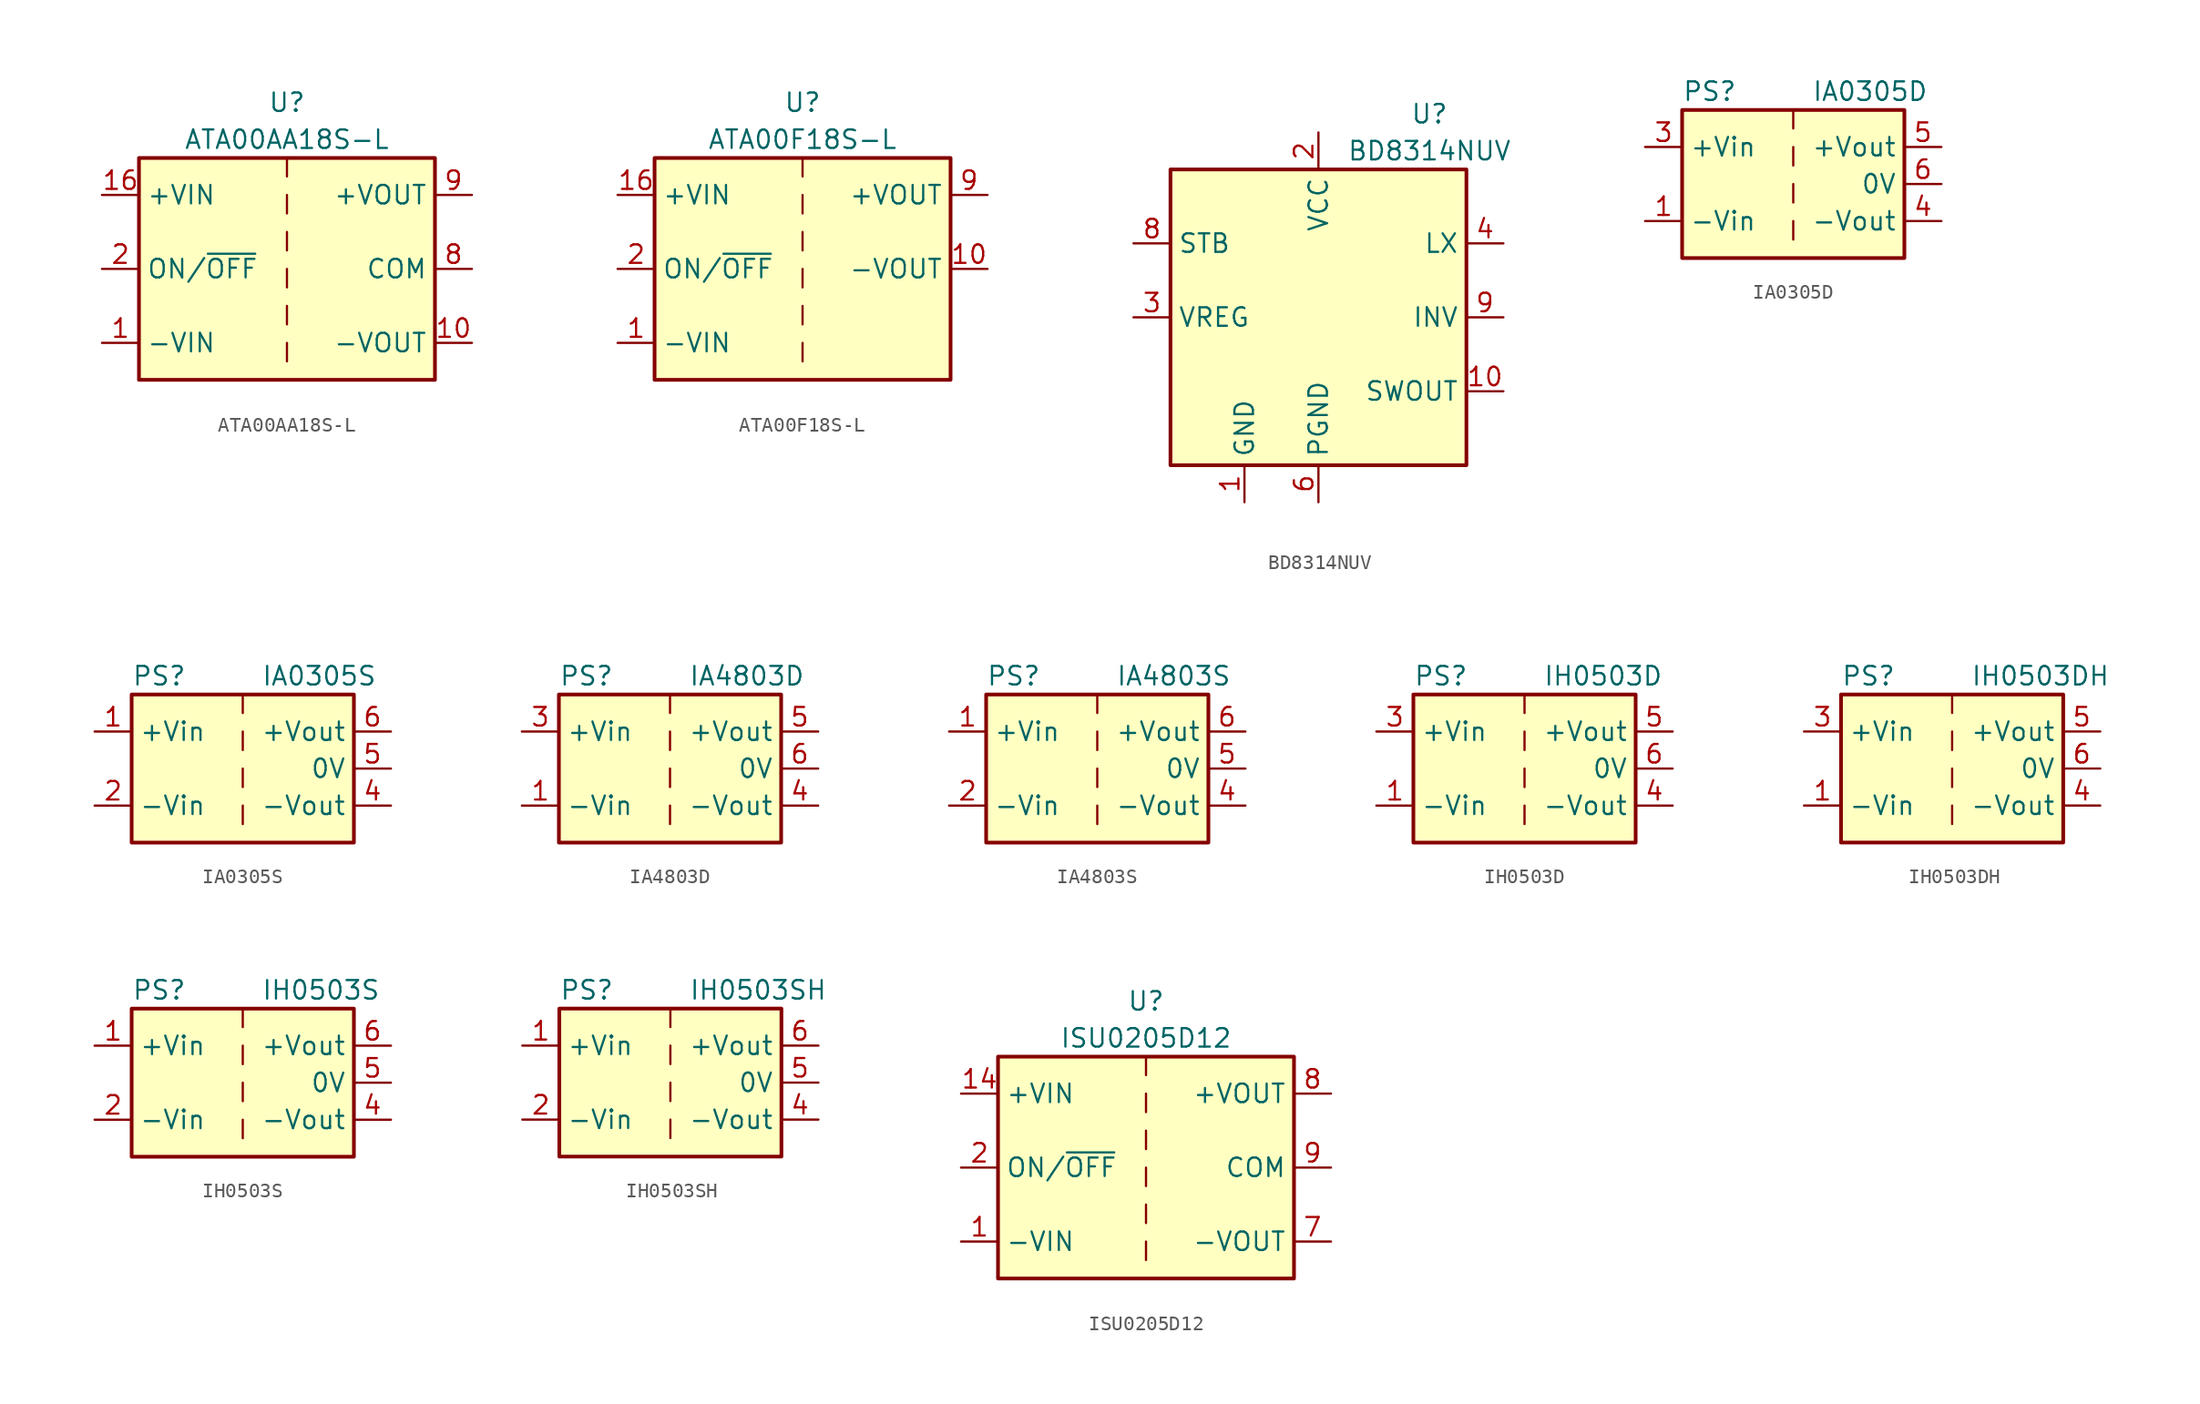
<source format=kicad_sym>
(kicad_symbol_lib
  (version 20201005)
  (generator kicad_symbol_editor)
  (symbol "Converter_DCDC:ATA00AA18S-L"
    (property "Reference" "U"
      (at 0 11.43 0)
      (effects (font (size 1.27 1.27))))
    (property "Value" "ATA00AA18S-L"
      (at 0 8.89 0)
      (effects (font (size 1.27 1.27))))
    (symbol "ATA00AA18S-L_0_1"
      (rectangle (start -10.16 7.62) (end 10.16 -7.62) (stroke (width 0.254)) (fill (type background)))
      (polyline (pts (xy 0 -5.08) (xy 0 -6.35)) (stroke (width 0)) (fill (type none)))
      (polyline (pts (xy 0 -2.54) (xy 0 -3.81)) (stroke (width 0)) (fill (type none)))
      (polyline (pts (xy 0 0) (xy 0 -1.27)) (stroke (width 0)) (fill (type none)))
      (polyline (pts (xy 0 2.54) (xy 0 1.27)) (stroke (width 0)) (fill (type none)))
      (polyline (pts (xy 0 5.08) (xy 0 3.81)) (stroke (width 0)) (fill (type none)))
      (polyline (pts (xy 0 7.62) (xy 0 6.35)) (stroke (width 0)) (fill (type none))))
    (symbol "ATA00AA18S-L_1_1"
      (pin power_in line (at -12.7 -5.08 0) (length 2.54) (name "-VIN" (effects (font (size 1.27 1.27)))) (number "1" (effects (font (size 1.27 1.27)))))
      (pin power_out line (at 12.7 -5.08 180) (length 2.54) (name "-VOUT" (effects (font (size 1.27 1.27)))) (number "10" (effects (font (size 1.27 1.27)))))
      (pin power_in line (at -12.7 5.08 0) (length 2.54) (name "+VIN" (effects (font (size 1.27 1.27)))) (number "16" (effects (font (size 1.27 1.27)))))
      (pin input line (at -12.7 0 0) (length 2.54) (name "ON/~OFF" (effects (font (size 1.27 1.27)))) (number "2" (effects (font (size 1.27 1.27)))))
      (pin no_connect line (at 10.16 2.54 180) (length 2.54) hide (name "NC" (effects (font (size 1.27 1.27)))) (number "7" (effects (font (size 1.27 1.27)))))
      (pin power_out line (at 12.7 0 180) (length 2.54) (name "COM" (effects (font (size 1.27 1.27)))) (number "8" (effects (font (size 1.27 1.27)))))
      (pin power_out line (at 12.7 5.08 180) (length 2.54) (name "+VOUT" (effects (font (size 1.27 1.27)))) (number "9" (effects (font (size 1.27 1.27)))))))
  (symbol "Converter_DCDC:ATA00F18S-L"
    (property "Reference" "U"
      (at 0 11.43 0)
      (effects (font (size 1.27 1.27))))
    (property "Value" "ATA00F18S-L"
      (at 0 8.89 0)
      (effects (font (size 1.27 1.27))))
    (symbol "ATA00F18S-L_0_1"
      (rectangle (start -10.16 7.62) (end 10.16 -7.62) (stroke (width 0.254)) (fill (type background)))
      (polyline (pts (xy 0 -5.08) (xy 0 -6.35)) (stroke (width 0)) (fill (type none)))
      (polyline (pts (xy 0 -2.54) (xy 0 -3.81)) (stroke (width 0)) (fill (type none)))
      (polyline (pts (xy 0 0) (xy 0 -1.27)) (stroke (width 0)) (fill (type none)))
      (polyline (pts (xy 0 2.54) (xy 0 1.27)) (stroke (width 0)) (fill (type none)))
      (polyline (pts (xy 0 5.08) (xy 0 3.81)) (stroke (width 0)) (fill (type none)))
      (polyline (pts (xy 0 7.62) (xy 0 6.35)) (stroke (width 0)) (fill (type none))))
    (symbol "ATA00F18S-L_1_1"
      (pin power_in line (at -12.7 -5.08 0) (length 2.54) (name "-VIN" (effects (font (size 1.27 1.27)))) (number "1" (effects (font (size 1.27 1.27)))))
      (pin power_out line (at 12.7 0 180) (length 2.54) (name "-VOUT" (effects (font (size 1.27 1.27)))) (number "10" (effects (font (size 1.27 1.27)))))
      (pin power_in line (at -12.7 5.08 0) (length 2.54) (name "+VIN" (effects (font (size 1.27 1.27)))) (number "16" (effects (font (size 1.27 1.27)))))
      (pin input line (at -12.7 0 0) (length 2.54) (name "ON/~OFF" (effects (font (size 1.27 1.27)))) (number "2" (effects (font (size 1.27 1.27)))))
      (pin no_connect line (at 10.16 -2.54 180) (length 2.54) hide (name "NC" (effects (font (size 1.27 1.27)))) (number "7" (effects (font (size 1.27 1.27)))))
      (pin no_connect line (at 10.16 -5.08 180) (length 2.54) hide (name "NC" (effects (font (size 1.27 1.27)))) (number "8" (effects (font (size 1.27 1.27)))))
      (pin power_out line (at 12.7 5.08 180) (length 2.54) (name "+VOUT" (effects (font (size 1.27 1.27)))) (number "9" (effects (font (size 1.27 1.27)))))))
  (symbol "Converter_DCDC:BD8314NUV"
    (property "Reference" "U"
      (at 7.62 13.97 0)
      (effects (font (size 1.27 1.27))))
    (property "Value" "BD8314NUV"
      (at 7.62 11.43 0)
      (effects (font (size 1.27 1.27))))
    (symbol "BD8314NUV_0_1"
      (rectangle (start -10.16 10.16) (end 10.16 -10.16) (stroke (width 0.254)) (fill (type background))))
    (symbol "BD8314NUV_1_1"
      (pin power_in line (at -5.08 -12.7 90) (length 2.54) (name "GND" (effects (font (size 1.27 1.27)))) (number "1" (effects (font (size 1.27 1.27)))))
      (pin passive line (at 12.7 -5.08 180) (length 2.54) (name "SWOUT" (effects (font (size 1.27 1.27)))) (number "10" (effects (font (size 1.27 1.27)))))
      (pin passive line (at 0 -12.7 90) (length 2.54) hide (name "PGND" (effects (font (size 1.27 1.27)))) (number "11" (effects (font (size 1.27 1.27)))))
      (pin power_in line (at 0 12.7 270) (length 2.54) (name "VCC" (effects (font (size 1.27 1.27)))) (number "2" (effects (font (size 1.27 1.27)))))
      (pin passive line (at -12.7 0 0) (length 2.54) (name "VREG" (effects (font (size 1.27 1.27)))) (number "3" (effects (font (size 1.27 1.27)))))
      (pin passive line (at 12.7 5.08 180) (length 2.54) (name "LX" (effects (font (size 1.27 1.27)))) (number "4" (effects (font (size 1.27 1.27)))))
      (pin passive line (at 12.7 5.08 180) (length 2.54) hide (name "LX" (effects (font (size 1.27 1.27)))) (number "5" (effects (font (size 1.27 1.27)))))
      (pin power_in line (at 0 -12.7 90) (length 2.54) (name "PGND" (effects (font (size 1.27 1.27)))) (number "6" (effects (font (size 1.27 1.27)))))
      (pin passive line (at 0 -12.7 90) (length 2.54) hide (name "PGND" (effects (font (size 1.27 1.27)))) (number "7" (effects (font (size 1.27 1.27)))))
      (pin input line (at -12.7 5.08 0) (length 2.54) (name "STB" (effects (font (size 1.27 1.27)))) (number "8" (effects (font (size 1.27 1.27)))))
      (pin passive line (at 12.7 0 180) (length 2.54) (name "INV" (effects (font (size 1.27 1.27)))) (number "9" (effects (font (size 1.27 1.27)))))))
  (symbol "Converter_DCDC:IA0305D"
    (property "Reference" "PS"
      (at -7.62 6.35 0)
      (effects (font (size 1.27 1.27)) (justify left)))
    (property "Value" "IA0305D"
      (at 1.27 6.35 0)
      (effects (font (size 1.27 1.27)) (justify left)))
    (symbol "IA0305D_0_0"
      (pin power_in line (at -10.16 -2.54 0) (length 2.54) (name "-Vin" (effects (font (size 1.27 1.27)))) (number "1" (effects (font (size 1.27 1.27)))))
      (pin power_in line (at -10.16 2.54 0) (length 2.54) (name "+Vin" (effects (font (size 1.27 1.27)))) (number "3" (effects (font (size 1.27 1.27)))))
      (pin power_out line (at 10.16 -2.54 180) (length 2.54) (name "-Vout" (effects (font (size 1.27 1.27)))) (number "4" (effects (font (size 1.27 1.27)))))
      (pin power_out line (at 10.16 2.54 180) (length 2.54) (name "+Vout" (effects (font (size 1.27 1.27)))) (number "5" (effects (font (size 1.27 1.27)))))
      (pin power_out line (at 10.16 0 180) (length 2.54) (name "0V" (effects (font (size 1.27 1.27)))) (number "6" (effects (font (size 1.27 1.27))))))
    (symbol "IA0305D_0_1"
      (rectangle (start -7.62 5.08) (end 7.62 -5.08) (stroke (width 0.254)) (fill (type background)))
      (polyline (pts (xy 0 -2.54) (xy 0 -3.81)) (stroke (width 0)) (fill (type none)))
      (polyline (pts (xy 0 0) (xy 0 -1.27)) (stroke (width 0)) (fill (type none)))
      (polyline (pts (xy 0 2.54) (xy 0 1.27)) (stroke (width 0)) (fill (type none)))
      (polyline (pts (xy 0 5.08) (xy 0 3.81)) (stroke (width 0)) (fill (type none))))
    (symbol "IA0305D_1_1"
      (pin no_connect line (at 0 -5.08 90) (length 2.54) hide (name "NC" (effects (font (size 1.27 1.27)))) (number "2" (effects (font (size 1.27 1.27)))))))
  (symbol "Converter_DCDC:IA0305S"
    (property "Reference" "PS"
      (at -7.62 6.35 0)
      (effects (font (size 1.27 1.27)) (justify left)))
    (property "Value" "IA0305S"
      (at 1.27 6.35 0)
      (effects (font (size 1.27 1.27)) (justify left)))
    (symbol "IA0305S_0_0"
      (pin power_in line (at -10.16 2.54 0) (length 2.54) (name "+Vin" (effects (font (size 1.27 1.27)))) (number "1" (effects (font (size 1.27 1.27)))))
      (pin power_in line (at -10.16 -2.54 0) (length 2.54) (name "-Vin" (effects (font (size 1.27 1.27)))) (number "2" (effects (font (size 1.27 1.27)))))
      (pin power_out line (at 10.16 -2.54 180) (length 2.54) (name "-Vout" (effects (font (size 1.27 1.27)))) (number "4" (effects (font (size 1.27 1.27)))))
      (pin power_out line (at 10.16 0 180) (length 2.54) (name "0V" (effects (font (size 1.27 1.27)))) (number "5" (effects (font (size 1.27 1.27)))))
      (pin power_out line (at 10.16 2.54 180) (length 2.54) (name "+Vout" (effects (font (size 1.27 1.27)))) (number "6" (effects (font (size 1.27 1.27))))))
    (symbol "IA0305S_0_1"
      (rectangle (start -7.62 5.08) (end 7.62 -5.08) (stroke (width 0.254)) (fill (type background)))
      (polyline (pts (xy 0 -2.54) (xy 0 -3.81)) (stroke (width 0)) (fill (type none)))
      (polyline (pts (xy 0 0) (xy 0 -1.27)) (stroke (width 0)) (fill (type none)))
      (polyline (pts (xy 0 2.54) (xy 0 1.27)) (stroke (width 0)) (fill (type none)))
      (polyline (pts (xy 0 5.08) (xy 0 3.81)) (stroke (width 0)) (fill (type none)))))
  (symbol "Converter_DCDC:IA4803D"
    (property "Reference" "PS"
      (at -7.62 6.35 0)
      (effects (font (size 1.27 1.27)) (justify left)))
    (property "Value" "IA4803D"
      (at 1.27 6.35 0)
      (effects (font (size 1.27 1.27)) (justify left)))
    (symbol "IA4803D_0_0"
      (pin power_in line (at -10.16 -2.54 0) (length 2.54) (name "-Vin" (effects (font (size 1.27 1.27)))) (number "1" (effects (font (size 1.27 1.27)))))
      (pin power_in line (at -10.16 2.54 0) (length 2.54) (name "+Vin" (effects (font (size 1.27 1.27)))) (number "3" (effects (font (size 1.27 1.27)))))
      (pin power_out line (at 10.16 -2.54 180) (length 2.54) (name "-Vout" (effects (font (size 1.27 1.27)))) (number "4" (effects (font (size 1.27 1.27)))))
      (pin power_out line (at 10.16 2.54 180) (length 2.54) (name "+Vout" (effects (font (size 1.27 1.27)))) (number "5" (effects (font (size 1.27 1.27)))))
      (pin power_out line (at 10.16 0 180) (length 2.54) (name "0V" (effects (font (size 1.27 1.27)))) (number "6" (effects (font (size 1.27 1.27))))))
    (symbol "IA4803D_0_1"
      (rectangle (start -7.62 5.08) (end 7.62 -5.08) (stroke (width 0.254)) (fill (type background)))
      (polyline (pts (xy 0 -2.54) (xy 0 -3.81)) (stroke (width 0)) (fill (type none)))
      (polyline (pts (xy 0 0) (xy 0 -1.27)) (stroke (width 0)) (fill (type none)))
      (polyline (pts (xy 0 2.54) (xy 0 1.27)) (stroke (width 0)) (fill (type none)))
      (polyline (pts (xy 0 5.08) (xy 0 3.81)) (stroke (width 0)) (fill (type none))))
    (symbol "IA4803D_1_1"
      (pin no_connect line (at 0 -5.08 90) (length 2.54) hide (name "NC" (effects (font (size 1.27 1.27)))) (number "2" (effects (font (size 1.27 1.27)))))))
  (symbol "Converter_DCDC:IA4803S"
    (property "Reference" "PS"
      (at -7.62 6.35 0)
      (effects (font (size 1.27 1.27)) (justify left)))
    (property "Value" "IA4803S"
      (at 1.27 6.35 0)
      (effects (font (size 1.27 1.27)) (justify left)))
    (symbol "IA4803S_0_0"
      (pin power_in line (at -10.16 2.54 0) (length 2.54) (name "+Vin" (effects (font (size 1.27 1.27)))) (number "1" (effects (font (size 1.27 1.27)))))
      (pin power_in line (at -10.16 -2.54 0) (length 2.54) (name "-Vin" (effects (font (size 1.27 1.27)))) (number "2" (effects (font (size 1.27 1.27)))))
      (pin power_out line (at 10.16 -2.54 180) (length 2.54) (name "-Vout" (effects (font (size 1.27 1.27)))) (number "4" (effects (font (size 1.27 1.27)))))
      (pin power_out line (at 10.16 0 180) (length 2.54) (name "0V" (effects (font (size 1.27 1.27)))) (number "5" (effects (font (size 1.27 1.27)))))
      (pin power_out line (at 10.16 2.54 180) (length 2.54) (name "+Vout" (effects (font (size 1.27 1.27)))) (number "6" (effects (font (size 1.27 1.27))))))
    (symbol "IA4803S_0_1"
      (rectangle (start -7.62 5.08) (end 7.62 -5.08) (stroke (width 0.254)) (fill (type background)))
      (polyline (pts (xy 0 -2.54) (xy 0 -3.81)) (stroke (width 0)) (fill (type none)))
      (polyline (pts (xy 0 0) (xy 0 -1.27)) (stroke (width 0)) (fill (type none)))
      (polyline (pts (xy 0 2.54) (xy 0 1.27)) (stroke (width 0)) (fill (type none)))
      (polyline (pts (xy 0 5.08) (xy 0 3.81)) (stroke (width 0)) (fill (type none)))))
  (symbol "Converter_DCDC:IH0503D"
    (property "Reference" "PS"
      (at -7.62 6.35 0)
      (effects (font (size 1.27 1.27)) (justify left)))
    (property "Value" "IH0503D"
      (at 1.27 6.35 0)
      (effects (font (size 1.27 1.27)) (justify left)))
    (symbol "IH0503D_0_0"
      (pin power_in line (at -10.16 -2.54 0) (length 2.54) (name "-Vin" (effects (font (size 1.27 1.27)))) (number "1" (effects (font (size 1.27 1.27)))))
      (pin power_in line (at -10.16 2.54 0) (length 2.54) (name "+Vin" (effects (font (size 1.27 1.27)))) (number "3" (effects (font (size 1.27 1.27)))))
      (pin power_out line (at 10.16 -2.54 180) (length 2.54) (name "-Vout" (effects (font (size 1.27 1.27)))) (number "4" (effects (font (size 1.27 1.27)))))
      (pin power_out line (at 10.16 2.54 180) (length 2.54) (name "+Vout" (effects (font (size 1.27 1.27)))) (number "5" (effects (font (size 1.27 1.27)))))
      (pin power_out line (at 10.16 0 180) (length 2.54) (name "0V" (effects (font (size 1.27 1.27)))) (number "6" (effects (font (size 1.27 1.27))))))
    (symbol "IH0503D_0_1"
      (rectangle (start -7.62 5.08) (end 7.62 -5.08) (stroke (width 0.254)) (fill (type background)))
      (polyline (pts (xy 0 -2.54) (xy 0 -3.81)) (stroke (width 0)) (fill (type none)))
      (polyline (pts (xy 0 0) (xy 0 -1.27)) (stroke (width 0)) (fill (type none)))
      (polyline (pts (xy 0 2.54) (xy 0 1.27)) (stroke (width 0)) (fill (type none)))
      (polyline (pts (xy 0 5.08) (xy 0 3.81)) (stroke (width 0)) (fill (type none))))
    (symbol "IH0503D_1_1"
      (pin no_connect line (at 0 -5.08 90) (length 2.54) hide (name "NC" (effects (font (size 1.27 1.27)))) (number "2" (effects (font (size 1.27 1.27)))))))
  (symbol "Converter_DCDC:IH0503DH"
    (property "Reference" "PS"
      (at -7.62 6.35 0)
      (effects (font (size 1.27 1.27)) (justify left)))
    (property "Value" "IH0503DH"
      (at 1.27 6.35 0)
      (effects (font (size 1.27 1.27)) (justify left)))
    (symbol "IH0503DH_0_0"
      (pin power_in line (at -10.16 -2.54 0) (length 2.54) (name "-Vin" (effects (font (size 1.27 1.27)))) (number "1" (effects (font (size 1.27 1.27)))))
      (pin power_in line (at -10.16 2.54 0) (length 2.54) (name "+Vin" (effects (font (size 1.27 1.27)))) (number "3" (effects (font (size 1.27 1.27)))))
      (pin power_out line (at 10.16 -2.54 180) (length 2.54) (name "-Vout" (effects (font (size 1.27 1.27)))) (number "4" (effects (font (size 1.27 1.27)))))
      (pin power_out line (at 10.16 2.54 180) (length 2.54) (name "+Vout" (effects (font (size 1.27 1.27)))) (number "5" (effects (font (size 1.27 1.27)))))
      (pin power_out line (at 10.16 0 180) (length 2.54) (name "0V" (effects (font (size 1.27 1.27)))) (number "6" (effects (font (size 1.27 1.27))))))
    (symbol "IH0503DH_0_1"
      (rectangle (start -7.62 5.08) (end 7.62 -5.08) (stroke (width 0.254)) (fill (type background)))
      (polyline (pts (xy 0 -2.54) (xy 0 -3.81)) (stroke (width 0)) (fill (type none)))
      (polyline (pts (xy 0 0) (xy 0 -1.27)) (stroke (width 0)) (fill (type none)))
      (polyline (pts (xy 0 2.54) (xy 0 1.27)) (stroke (width 0)) (fill (type none)))
      (polyline (pts (xy 0 5.08) (xy 0 3.81)) (stroke (width 0)) (fill (type none))))
    (symbol "IH0503DH_1_1"
      (pin no_connect line (at 0 -5.08 90) (length 2.54) hide (name "NC" (effects (font (size 1.27 1.27)))) (number "2" (effects (font (size 1.27 1.27)))))))
  (symbol "Converter_DCDC:IH0503S"
    (property "Reference" "PS"
      (at -7.62 6.35 0)
      (effects (font (size 1.27 1.27)) (justify left)))
    (property "Value" "IH0503S"
      (at 1.27 6.35 0)
      (effects (font (size 1.27 1.27)) (justify left)))
    (symbol "IH0503S_0_0"
      (pin power_in line (at -10.16 2.54 0) (length 2.54) (name "+Vin" (effects (font (size 1.27 1.27)))) (number "1" (effects (font (size 1.27 1.27)))))
      (pin power_in line (at -10.16 -2.54 0) (length 2.54) (name "-Vin" (effects (font (size 1.27 1.27)))) (number "2" (effects (font (size 1.27 1.27)))))
      (pin power_out line (at 10.16 -2.54 180) (length 2.54) (name "-Vout" (effects (font (size 1.27 1.27)))) (number "4" (effects (font (size 1.27 1.27)))))
      (pin power_out line (at 10.16 0 180) (length 2.54) (name "0V" (effects (font (size 1.27 1.27)))) (number "5" (effects (font (size 1.27 1.27)))))
      (pin power_out line (at 10.16 2.54 180) (length 2.54) (name "+Vout" (effects (font (size 1.27 1.27)))) (number "6" (effects (font (size 1.27 1.27))))))
    (symbol "IH0503S_0_1"
      (rectangle (start -7.62 5.08) (end 7.62 -5.08) (stroke (width 0.254)) (fill (type background)))
      (polyline (pts (xy 0 -2.54) (xy 0 -3.81)) (stroke (width 0)) (fill (type none)))
      (polyline (pts (xy 0 0) (xy 0 -1.27)) (stroke (width 0)) (fill (type none)))
      (polyline (pts (xy 0 2.54) (xy 0 1.27)) (stroke (width 0)) (fill (type none)))
      (polyline (pts (xy 0 5.08) (xy 0 3.81)) (stroke (width 0)) (fill (type none)))))
  (symbol "Converter_DCDC:IH0503SH"
    (property "Reference" "PS"
      (at -7.62 6.35 0)
      (effects (font (size 1.27 1.27)) (justify left)))
    (property "Value" "IH0503SH"
      (at 1.27 6.35 0)
      (effects (font (size 1.27 1.27)) (justify left)))
    (symbol "IH0503SH_0_0"
      (pin power_in line (at -10.16 2.54 0) (length 2.54) (name "+Vin" (effects (font (size 1.27 1.27)))) (number "1" (effects (font (size 1.27 1.27)))))
      (pin power_in line (at -10.16 -2.54 0) (length 2.54) (name "-Vin" (effects (font (size 1.27 1.27)))) (number "2" (effects (font (size 1.27 1.27)))))
      (pin power_out line (at 10.16 -2.54 180) (length 2.54) (name "-Vout" (effects (font (size 1.27 1.27)))) (number "4" (effects (font (size 1.27 1.27)))))
      (pin power_out line (at 10.16 0 180) (length 2.54) (name "0V" (effects (font (size 1.27 1.27)))) (number "5" (effects (font (size 1.27 1.27)))))
      (pin power_out line (at 10.16 2.54 180) (length 2.54) (name "+Vout" (effects (font (size 1.27 1.27)))) (number "6" (effects (font (size 1.27 1.27))))))
    (symbol "IH0503SH_0_1"
      (rectangle (start -7.62 5.08) (end 7.62 -5.08) (stroke (width 0.254)) (fill (type background)))
      (polyline (pts (xy 0 -2.54) (xy 0 -3.81)) (stroke (width 0)) (fill (type none)))
      (polyline (pts (xy 0 0) (xy 0 -1.27)) (stroke (width 0)) (fill (type none)))
      (polyline (pts (xy 0 2.54) (xy 0 1.27)) (stroke (width 0)) (fill (type none)))
      (polyline (pts (xy 0 5.08) (xy 0 3.81)) (stroke (width 0)) (fill (type none)))))
  (symbol "Converter_DCDC:ISU0205D12"
    (property "Reference" "U"
      (at 0 11.43 0)
      (effects (font (size 1.27 1.27))))
    (property "Value" "ISU0205D12"
      (at 0 8.89 0)
      (effects (font (size 1.27 1.27))))
    (symbol "ISU0205D12_0_1"
      (rectangle (start -10.16 7.62) (end 10.16 -7.62) (stroke (width 0.254)) (fill (type background)))
      (polyline (pts (xy 0 -5.08) (xy 0 -6.35)) (stroke (width 0)) (fill (type none)))
      (polyline (pts (xy 0 -2.54) (xy 0 -3.81)) (stroke (width 0)) (fill (type none)))
      (polyline (pts (xy 0 0) (xy 0 -1.27)) (stroke (width 0)) (fill (type none)))
      (polyline (pts (xy 0 2.54) (xy 0 1.27)) (stroke (width 0)) (fill (type none)))
      (polyline (pts (xy 0 5.08) (xy 0 3.81)) (stroke (width 0)) (fill (type none)))
      (polyline (pts (xy 0 7.62) (xy 0 6.35)) (stroke (width 0)) (fill (type none))))
    (symbol "ISU0205D12_1_1"
      (pin power_in line (at -12.7 -5.08 0) (length 2.54) (name "-VIN" (effects (font (size 1.27 1.27)))) (number "1" (effects (font (size 1.27 1.27)))))
      (pin power_in line (at -12.7 5.08 0) (length 2.54) (name "+VIN" (effects (font (size 1.27 1.27)))) (number "14" (effects (font (size 1.27 1.27)))))
      (pin input line (at -12.7 0 0) (length 2.54) (name "ON/~OFF" (effects (font (size 1.27 1.27)))) (number "2" (effects (font (size 1.27 1.27)))))
      (pin passive line (at 12.7 0 180) (length 2.54) hide (name "COM" (effects (font (size 1.27 1.27)))) (number "6" (effects (font (size 1.27 1.27)))))
      (pin power_out line (at 12.7 -5.08 180) (length 2.54) (name "-VOUT" (effects (font (size 1.27 1.27)))) (number "7" (effects (font (size 1.27 1.27)))))
      (pin power_out line (at 12.7 5.08 180) (length 2.54) (name "+VOUT" (effects (font (size 1.27 1.27)))) (number "8" (effects (font (size 1.27 1.27)))))
      (pin power_out line (at 12.7 0 180) (length 2.54) (name "COM" (effects (font (size 1.27 1.27)))) (number "9" (effects (font (size 1.27 1.27))))))))
</source>
